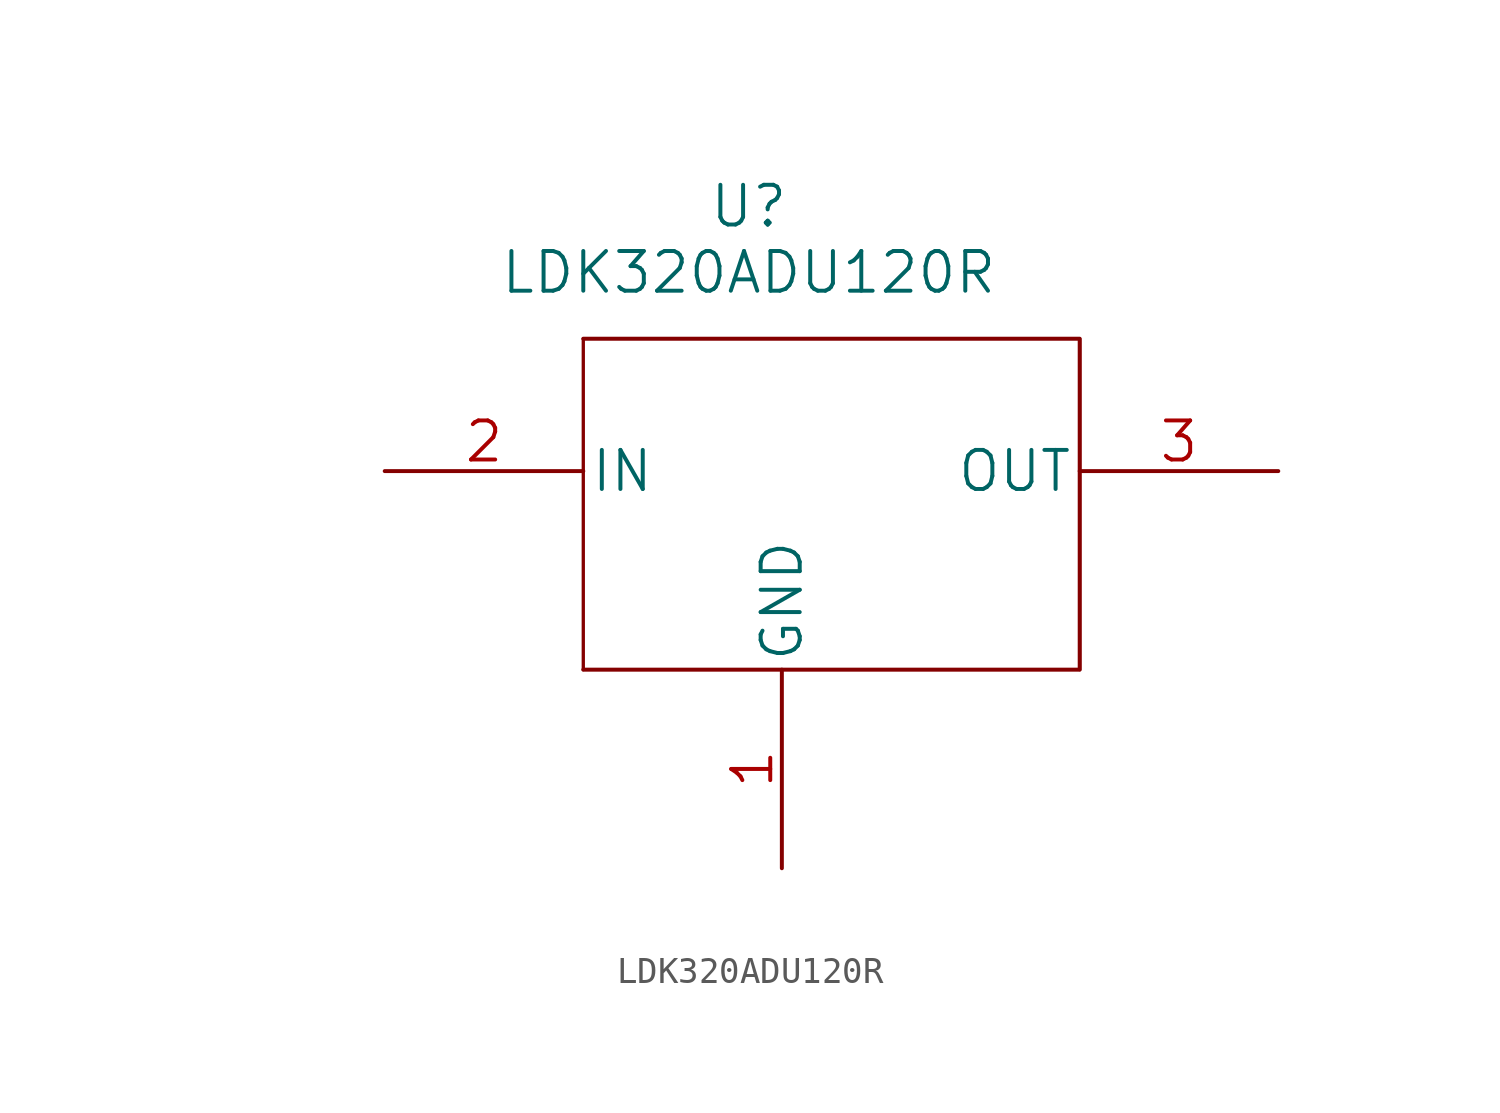
<source format=kicad_sym>
(kicad_symbol_lib
  (version 20211014)
  (generator kicad_symbol_editor)
  (symbol "LDK320ADU120R"
    (pin_names
      (offset 0.254))
    (property "Reference" "U"
      (at 20.32 10.16 0)
      (effects (font (size 1.524 1.524))))
    (property "Value" "LDK320ADU120R"
      (at 20.32 7.62 0)
      (effects (font (size 1.524 1.524))))
    (property "Datasheet" ""
      (at 0 0 0)
      (effects (font (size 1.524 1.524))))
    (property "ki_locked" ""
      (at 0 0 0)
      (effects (font (size 1.27 1.27))))
    (symbol "LDK320ADU120R_0_1"
      (polyline (pts (xy 13.97 5.08) (xy 33.02 5.08) (xy 33.02 -7.62) (xy 13.97 -7.62)) (stroke (width 0) (type default) (color 0 0 0 0)) (fill (type none))))
    (symbol "LDK320ADU120R_1_1"
      (polyline (pts (xy 13.97 5.08) (xy 13.97 -7.62)) (stroke (width 0.127) (type default) (color 0 0 0 0)) (fill (type none)))
      (polyline (pts (xy 33.02 -7.62) (xy 33.02 5.08)) (stroke (width 0.127) (type default) (color 0 0 0 0)) (fill (type none)))
      (pin power_in line (at 21.59 -15.24 90) (length 7.62) (name "GND" (effects (font (size 1.499 1.499)))) (number "1" (effects (font (size 1.499 1.499)))))
      (pin input line (at 6.35 0 0) (length 7.62) (name "IN" (effects (font (size 1.499 1.499)))) (number "2" (effects (font (size 1.499 1.499)))))
      (pin output line (at 40.64 0 180) (length 7.62) (name "OUT" (effects (font (size 1.499 1.499)))) (number "3" (effects (font (size 1.499 1.499))))))))
</source>
